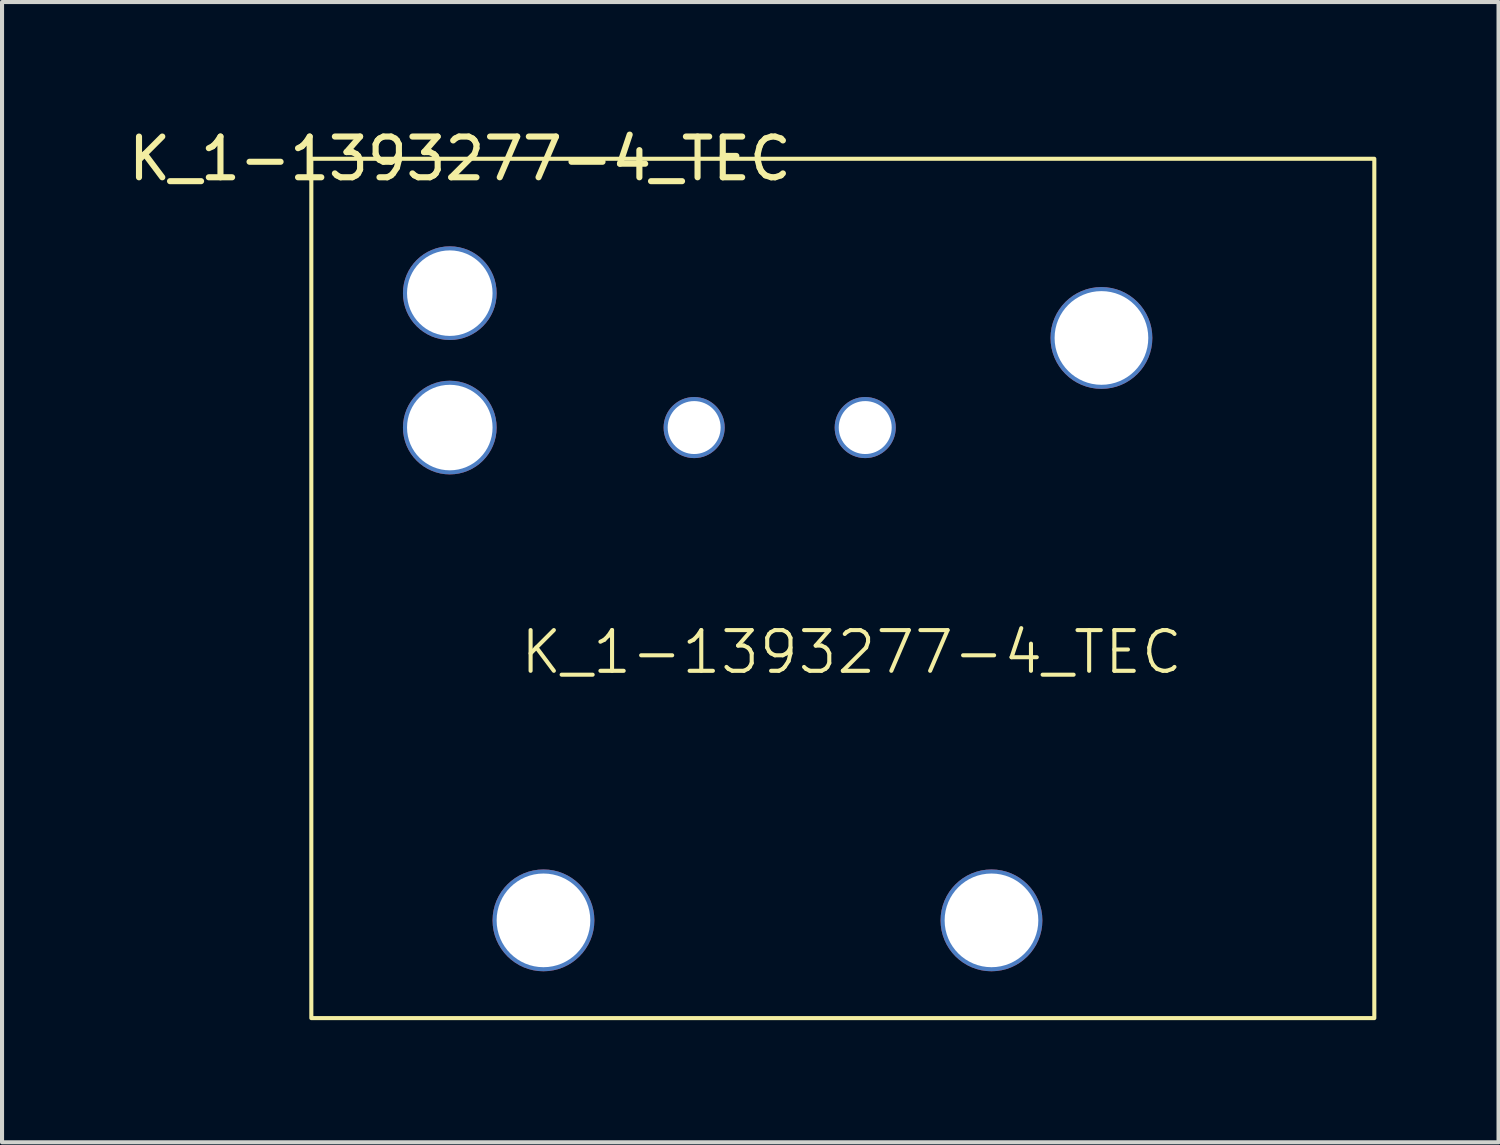
<source format=kicad_pcb>
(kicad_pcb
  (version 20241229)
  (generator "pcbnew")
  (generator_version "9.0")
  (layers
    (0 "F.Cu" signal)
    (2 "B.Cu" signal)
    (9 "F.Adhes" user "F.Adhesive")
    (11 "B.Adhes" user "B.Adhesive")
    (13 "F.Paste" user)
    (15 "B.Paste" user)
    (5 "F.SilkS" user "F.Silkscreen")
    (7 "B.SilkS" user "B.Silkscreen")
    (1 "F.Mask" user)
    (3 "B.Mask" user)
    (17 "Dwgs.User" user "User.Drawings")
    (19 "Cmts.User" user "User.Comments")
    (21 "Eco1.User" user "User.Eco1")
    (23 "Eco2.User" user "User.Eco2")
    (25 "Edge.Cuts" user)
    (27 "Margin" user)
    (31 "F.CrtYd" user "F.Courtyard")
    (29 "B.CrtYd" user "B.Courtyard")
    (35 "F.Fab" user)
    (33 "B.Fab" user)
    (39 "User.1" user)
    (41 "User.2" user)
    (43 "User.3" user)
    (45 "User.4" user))
  (footprint "K_1-1393277-4_TEC"
    (layer "F.Cu")
    (at 4.594 0.848)
    (property "Reference" "K_1-1393277-4_TEC" (at 3.65 0 0) (unlocked yes) (layer "F.SilkS") (effects (font (size 1 1) (thickness 0.15))))
    (attr through_hole)
    (fp_rect (start 0 0) (end 26.1 21.1) (stroke (width 0.1) (type default)) (fill no) (layer "F.SilkS"))
    (fp_text user "K_1-1393277-4_TEC" (at 5.08 12.7 0) (unlocked yes) (layer "F.SilkS") (effects (font (size 1 1) (thickness 0.1)) (justify left bottom)))
    (pad "1" thru_hole circle (at 9.4 6.6) (size 1.5 1.5) (drill 1.3) (layers "*.Cu" "*.Mask"))
    (pad "2" thru_hole circle (at 13.6 6.6) (size 1.5 1.5) (drill 1.3) (layers "*.Cu" "*.Mask"))
    (pad "3" thru_hole circle (at 3.4 3.3) (size 2.3 2.3) (drill 2.1) (layers "*.Cu" "*.Mask"))
    (pad "4" thru_hole circle (at 5.7 18.7) (size 2.5 2.5) (drill 2.3) (layers "*.Cu" "*.Mask"))
    (pad "4" thru_hole circle (at 16.7 18.7) (size 2.5 2.5) (drill 2.3) (layers "*.Cu" "*.Mask"))
    (pad "4" thru_hole circle (at 19.4 4.4) (size 2.5 2.5) (drill 2.3) (layers "*.Cu" "*.Mask"))
    (pad "5" thru_hole circle (at 3.4 6.6) (size 2.3 2.3) (drill 2.1) (layers "*.Cu" "*.Mask")))
  (gr_rect
    (start -3 -3)
    (end 33.744 24.998)
    (stroke (width 0.1) (type default))
    (fill no)
    (layer "Edge.Cuts")))
</source>
